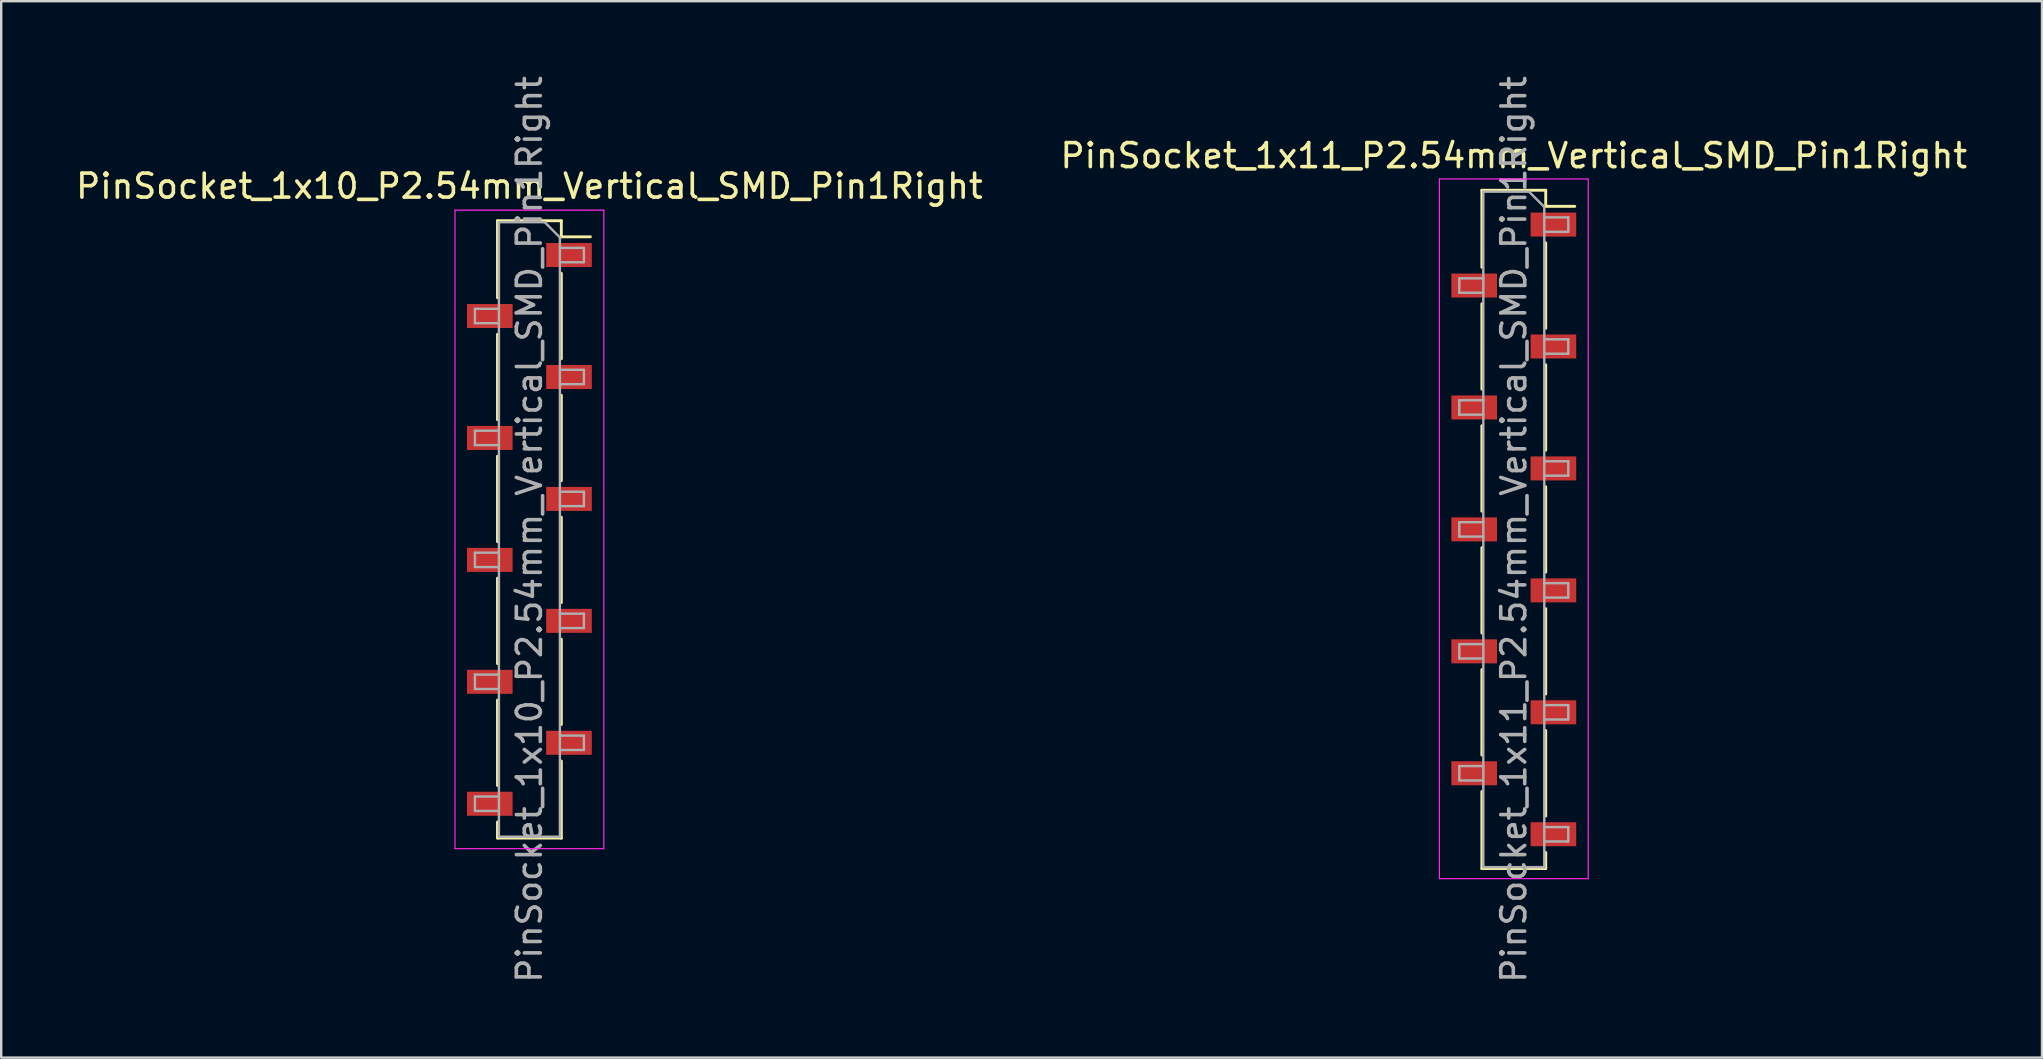
<source format=kicad_pcb>
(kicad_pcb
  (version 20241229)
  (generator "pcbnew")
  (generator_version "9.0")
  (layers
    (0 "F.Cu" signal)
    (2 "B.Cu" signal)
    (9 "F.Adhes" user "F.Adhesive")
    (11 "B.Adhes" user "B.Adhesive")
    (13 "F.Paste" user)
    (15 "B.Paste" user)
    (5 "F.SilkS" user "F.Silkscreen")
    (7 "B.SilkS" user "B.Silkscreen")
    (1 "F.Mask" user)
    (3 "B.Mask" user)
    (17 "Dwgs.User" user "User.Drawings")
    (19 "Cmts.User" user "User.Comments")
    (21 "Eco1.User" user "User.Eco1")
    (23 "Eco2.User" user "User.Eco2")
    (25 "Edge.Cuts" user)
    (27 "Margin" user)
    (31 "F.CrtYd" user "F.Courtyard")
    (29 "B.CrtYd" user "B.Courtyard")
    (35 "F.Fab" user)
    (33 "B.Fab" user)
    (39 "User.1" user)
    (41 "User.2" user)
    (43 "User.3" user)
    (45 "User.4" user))
  (footprint "PinSocket_1x11_P2.54mm_Vertical_SMD_Pin1Right"
    (layer "F.Cu")
    (at 60.018 19.006)
    (property "Reference" "PinSocket_1x11_P2.54mm_Vertical_SMD_Pin1Right" (at 0 -15.57 0) (layer "F.SilkS") (effects (font (size 1 1) (thickness 0.15))))
    (attr smd)
    (fp_line (start -1.33 -14.13) (end -1.33 -10.92) (stroke (width 0.12) (type solid)) (layer "F.SilkS"))
    (fp_line (start -1.33 -14.13) (end 1.33 -14.13) (stroke (width 0.12) (type solid)) (layer "F.SilkS"))
    (fp_line (start -1.33 -9.4) (end -1.33 -5.84) (stroke (width 0.12) (type solid)) (layer "F.SilkS"))
    (fp_line (start -1.33 -4.32) (end -1.33 -0.76) (stroke (width 0.12) (type solid)) (layer "F.SilkS"))
    (fp_line (start -1.33 0.76) (end -1.33 4.32) (stroke (width 0.12) (type solid)) (layer "F.SilkS"))
    (fp_line (start -1.33 5.84) (end -1.33 9.4) (stroke (width 0.12) (type solid)) (layer "F.SilkS"))
    (fp_line (start -1.33 10.92) (end -1.33 14.13) (stroke (width 0.12) (type solid)) (layer "F.SilkS"))
    (fp_line (start -1.33 14.13) (end 1.33 14.13) (stroke (width 0.12) (type solid)) (layer "F.SilkS"))
    (fp_line (start 1.33 -14.13) (end 1.33 -13.46) (stroke (width 0.12) (type solid)) (layer "F.SilkS"))
    (fp_line (start 1.33 -13.46) (end 2.54 -13.46) (stroke (width 0.12) (type solid)) (layer "F.SilkS"))
    (fp_line (start 1.33 -11.94) (end 1.33 -8.38) (stroke (width 0.12) (type solid)) (layer "F.SilkS"))
    (fp_line (start 1.33 -6.86) (end 1.33 -3.3) (stroke (width 0.12) (type solid)) (layer "F.SilkS"))
    (fp_line (start 1.33 -1.78) (end 1.33 1.78) (stroke (width 0.12) (type solid)) (layer "F.SilkS"))
    (fp_line (start 1.33 3.3) (end 1.33 6.86) (stroke (width 0.12) (type solid)) (layer "F.SilkS"))
    (fp_line (start 1.33 8.38) (end 1.33 11.94) (stroke (width 0.12) (type solid)) (layer "F.SilkS"))
    (fp_line (start 1.33 13.46) (end 1.33 14.13) (stroke (width 0.12) (type solid)) (layer "F.SilkS"))
    (fp_line (start -3.1 -14.6) (end 3.1 -14.6) (stroke (width 0.05) (type solid)) (layer "F.CrtYd"))
    (fp_line (start -3.1 14.55) (end -3.1 -14.6) (stroke (width 0.05) (type solid)) (layer "F.CrtYd"))
    (fp_line (start 3.1 -14.6) (end 3.1 14.55) (stroke (width 0.05) (type solid)) (layer "F.CrtYd"))
    (fp_line (start 3.1 14.55) (end -3.1 14.55) (stroke (width 0.05) (type solid)) (layer "F.CrtYd"))
    (fp_line (start -2.27 -10.46) (end -1.27 -10.46) (stroke (width 0.1) (type solid)) (layer "F.Fab"))
    (fp_line (start -2.27 -9.86) (end -2.27 -10.46) (stroke (width 0.1) (type solid)) (layer "F.Fab"))
    (fp_line (start -2.27 -5.38) (end -1.27 -5.38) (stroke (width 0.1) (type solid)) (layer "F.Fab"))
    (fp_line (start -2.27 -4.78) (end -2.27 -5.38) (stroke (width 0.1) (type solid)) (layer "F.Fab"))
    (fp_line (start -2.27 -0.3) (end -1.27 -0.3) (stroke (width 0.1) (type solid)) (layer "F.Fab"))
    (fp_line (start -2.27 0.3) (end -2.27 -0.3) (stroke (width 0.1) (type solid)) (layer "F.Fab"))
    (fp_line (start -2.27 4.78) (end -1.27 4.78) (stroke (width 0.1) (type solid)) (layer "F.Fab"))
    (fp_line (start -2.27 5.38) (end -2.27 4.78) (stroke (width 0.1) (type solid)) (layer "F.Fab"))
    (fp_line (start -2.27 9.86) (end -1.27 9.86) (stroke (width 0.1) (type solid)) (layer "F.Fab"))
    (fp_line (start -2.27 10.46) (end -2.27 9.86) (stroke (width 0.1) (type solid)) (layer "F.Fab"))
    (fp_line (start -1.27 -14.07) (end 0.635 -14.07) (stroke (width 0.1) (type solid)) (layer "F.Fab"))
    (fp_line (start -1.27 -9.86) (end -2.27 -9.86) (stroke (width 0.1) (type solid)) (layer "F.Fab"))
    (fp_line (start -1.27 -4.78) (end -2.27 -4.78) (stroke (width 0.1) (type solid)) (layer "F.Fab"))
    (fp_line (start -1.27 0.3) (end -2.27 0.3) (stroke (width 0.1) (type solid)) (layer "F.Fab"))
    (fp_line (start -1.27 5.38) (end -2.27 5.38) (stroke (width 0.1) (type solid)) (layer "F.Fab"))
    (fp_line (start -1.27 10.46) (end -2.27 10.46) (stroke (width 0.1) (type solid)) (layer "F.Fab"))
    (fp_line (start -1.27 14.07) (end -1.27 -14.07) (stroke (width 0.1) (type solid)) (layer "F.Fab"))
    (fp_line (start 0.635 -14.07) (end 1.27 -13.435) (stroke (width 0.1) (type solid)) (layer "F.Fab"))
    (fp_line (start 1.27 -13.435) (end 1.27 14.07) (stroke (width 0.1) (type solid)) (layer "F.Fab"))
    (fp_line (start 1.27 -13) (end 2.27 -13) (stroke (width 0.1) (type solid)) (layer "F.Fab"))
    (fp_line (start 1.27 -7.92) (end 2.27 -7.92) (stroke (width 0.1) (type solid)) (layer "F.Fab"))
    (fp_line (start 1.27 -2.84) (end 2.27 -2.84) (stroke (width 0.1) (type solid)) (layer "F.Fab"))
    (fp_line (start 1.27 2.24) (end 2.27 2.24) (stroke (width 0.1) (type solid)) (layer "F.Fab"))
    (fp_line (start 1.27 7.32) (end 2.27 7.32) (stroke (width 0.1) (type solid)) (layer "F.Fab"))
    (fp_line (start 1.27 12.4) (end 2.27 12.4) (stroke (width 0.1) (type solid)) (layer "F.Fab"))
    (fp_line (start 1.27 14.07) (end -1.27 14.07) (stroke (width 0.1) (type solid)) (layer "F.Fab"))
    (fp_line (start 2.27 -13) (end 2.27 -12.4) (stroke (width 0.1) (type solid)) (layer "F.Fab"))
    (fp_line (start 2.27 -12.4) (end 1.27 -12.4) (stroke (width 0.1) (type solid)) (layer "F.Fab"))
    (fp_line (start 2.27 -7.92) (end 2.27 -7.32) (stroke (width 0.1) (type solid)) (layer "F.Fab"))
    (fp_line (start 2.27 -7.32) (end 1.27 -7.32) (stroke (width 0.1) (type solid)) (layer "F.Fab"))
    (fp_line (start 2.27 -2.84) (end 2.27 -2.24) (stroke (width 0.1) (type solid)) (layer "F.Fab"))
    (fp_line (start 2.27 -2.24) (end 1.27 -2.24) (stroke (width 0.1) (type solid)) (layer "F.Fab"))
    (fp_line (start 2.27 2.24) (end 2.27 2.84) (stroke (width 0.1) (type solid)) (layer "F.Fab"))
    (fp_line (start 2.27 2.84) (end 1.27 2.84) (stroke (width 0.1) (type solid)) (layer "F.Fab"))
    (fp_line (start 2.27 7.32) (end 2.27 7.92) (stroke (width 0.1) (type solid)) (layer "F.Fab"))
    (fp_line (start 2.27 7.92) (end 1.27 7.92) (stroke (width 0.1) (type solid)) (layer "F.Fab"))
    (fp_line (start 2.27 12.4) (end 2.27 13) (stroke (width 0.1) (type solid)) (layer "F.Fab"))
    (fp_line (start 2.27 13) (end 1.27 13) (stroke (width 0.1) (type solid)) (layer "F.Fab"))
    (fp_text user "${REFERENCE}" (at 0 0 90) (layer "F.Fab") (effects (font (size 1 1) (thickness 0.15))))
    (pad "1" smd rect (at 1.65 -12.7) (size 1.9 1) (layers "F.Cu" "F.Mask" "F.Paste"))
    (pad "2" smd rect (at -1.65 -10.16) (size 1.9 1) (layers "F.Cu" "F.Mask" "F.Paste"))
    (pad "3" smd rect (at 1.65 -7.62) (size 1.9 1) (layers "F.Cu" "F.Mask" "F.Paste"))
    (pad "4" smd rect (at -1.65 -5.08) (size 1.9 1) (layers "F.Cu" "F.Mask" "F.Paste"))
    (pad "5" smd rect (at 1.65 -2.54) (size 1.9 1) (layers "F.Cu" "F.Mask" "F.Paste"))
    (pad "6" smd rect (at -1.65 0) (size 1.9 1) (layers "F.Cu" "F.Mask" "F.Paste"))
    (pad "7" smd rect (at 1.65 2.54) (size 1.9 1) (layers "F.Cu" "F.Mask" "F.Paste"))
    (pad "8" smd rect (at -1.65 5.08) (size 1.9 1) (layers "F.Cu" "F.Mask" "F.Paste"))
    (pad "9" smd rect (at 1.65 7.62) (size 1.9 1) (layers "F.Cu" "F.Mask" "F.Paste"))
    (pad "10" smd rect (at -1.65 10.16) (size 1.9 1) (layers "F.Cu" "F.Mask" "F.Paste"))
    (pad "11" smd rect (at 1.65 12.7) (size 1.9 1) (layers "F.Cu" "F.Mask" "F.Paste")))
  (footprint "PinSocket_1x10_P2.54mm_Vertical_SMD_Pin1Right"
    (layer "F.Cu")
    (at 19.006 19.006)
    (property "Reference" "PinSocket_1x10_P2.54mm_Vertical_SMD_Pin1Right" (at 0 -14.3 0) (layer "F.SilkS") (effects (font (size 1 1) (thickness 0.15))))
    (attr smd)
    (fp_line (start -1.33 -12.86) (end -1.33 -9.65) (stroke (width 0.12) (type solid)) (layer "F.SilkS"))
    (fp_line (start -1.33 -12.86) (end 1.33 -12.86) (stroke (width 0.12) (type solid)) (layer "F.SilkS"))
    (fp_line (start -1.33 -8.13) (end -1.33 -4.57) (stroke (width 0.12) (type solid)) (layer "F.SilkS"))
    (fp_line (start -1.33 -3.05) (end -1.33 0.51) (stroke (width 0.12) (type solid)) (layer "F.SilkS"))
    (fp_line (start -1.33 2.03) (end -1.33 5.59) (stroke (width 0.12) (type solid)) (layer "F.SilkS"))
    (fp_line (start -1.33 7.11) (end -1.33 10.67) (stroke (width 0.12) (type solid)) (layer "F.SilkS"))
    (fp_line (start -1.33 12.19) (end -1.33 12.86) (stroke (width 0.12) (type solid)) (layer "F.SilkS"))
    (fp_line (start -1.33 12.86) (end 1.33 12.86) (stroke (width 0.12) (type solid)) (layer "F.SilkS"))
    (fp_line (start 1.33 -12.86) (end 1.33 -12.19) (stroke (width 0.12) (type solid)) (layer "F.SilkS"))
    (fp_line (start 1.33 -12.19) (end 2.54 -12.19) (stroke (width 0.12) (type solid)) (layer "F.SilkS"))
    (fp_line (start 1.33 -10.67) (end 1.33 -7.11) (stroke (width 0.12) (type solid)) (layer "F.SilkS"))
    (fp_line (start 1.33 -5.59) (end 1.33 -2.03) (stroke (width 0.12) (type solid)) (layer "F.SilkS"))
    (fp_line (start 1.33 -0.51) (end 1.33 3.05) (stroke (width 0.12) (type solid)) (layer "F.SilkS"))
    (fp_line (start 1.33 4.57) (end 1.33 8.13) (stroke (width 0.12) (type solid)) (layer "F.SilkS"))
    (fp_line (start 1.33 9.65) (end 1.33 12.86) (stroke (width 0.12) (type solid)) (layer "F.SilkS"))
    (fp_line (start -3.1 -13.3) (end 3.1 -13.3) (stroke (width 0.05) (type solid)) (layer "F.CrtYd"))
    (fp_line (start -3.1 13.3) (end -3.1 -13.3) (stroke (width 0.05) (type solid)) (layer "F.CrtYd"))
    (fp_line (start 3.1 -13.3) (end 3.1 13.3) (stroke (width 0.05) (type solid)) (layer "F.CrtYd"))
    (fp_line (start 3.1 13.3) (end -3.1 13.3) (stroke (width 0.05) (type solid)) (layer "F.CrtYd"))
    (fp_line (start -2.27 -9.19) (end -1.27 -9.19) (stroke (width 0.1) (type solid)) (layer "F.Fab"))
    (fp_line (start -2.27 -8.59) (end -2.27 -9.19) (stroke (width 0.1) (type solid)) (layer "F.Fab"))
    (fp_line (start -2.27 -4.11) (end -1.27 -4.11) (stroke (width 0.1) (type solid)) (layer "F.Fab"))
    (fp_line (start -2.27 -3.51) (end -2.27 -4.11) (stroke (width 0.1) (type solid)) (layer "F.Fab"))
    (fp_line (start -2.27 0.97) (end -1.27 0.97) (stroke (width 0.1) (type solid)) (layer "F.Fab"))
    (fp_line (start -2.27 1.57) (end -2.27 0.97) (stroke (width 0.1) (type solid)) (layer "F.Fab"))
    (fp_line (start -2.27 6.05) (end -1.27 6.05) (stroke (width 0.1) (type solid)) (layer "F.Fab"))
    (fp_line (start -2.27 6.65) (end -2.27 6.05) (stroke (width 0.1) (type solid)) (layer "F.Fab"))
    (fp_line (start -2.27 11.13) (end -1.27 11.13) (stroke (width 0.1) (type solid)) (layer "F.Fab"))
    (fp_line (start -2.27 11.73) (end -2.27 11.13) (stroke (width 0.1) (type solid)) (layer "F.Fab"))
    (fp_line (start -1.27 -12.8) (end 0.635 -12.8) (stroke (width 0.1) (type solid)) (layer "F.Fab"))
    (fp_line (start -1.27 -8.59) (end -2.27 -8.59) (stroke (width 0.1) (type solid)) (layer "F.Fab"))
    (fp_line (start -1.27 -3.51) (end -2.27 -3.51) (stroke (width 0.1) (type solid)) (layer "F.Fab"))
    (fp_line (start -1.27 1.57) (end -2.27 1.57) (stroke (width 0.1) (type solid)) (layer "F.Fab"))
    (fp_line (start -1.27 6.65) (end -2.27 6.65) (stroke (width 0.1) (type solid)) (layer "F.Fab"))
    (fp_line (start -1.27 11.73) (end -2.27 11.73) (stroke (width 0.1) (type solid)) (layer "F.Fab"))
    (fp_line (start -1.27 12.8) (end -1.27 -12.8) (stroke (width 0.1) (type solid)) (layer "F.Fab"))
    (fp_line (start 0.635 -12.8) (end 1.27 -12.165) (stroke (width 0.1) (type solid)) (layer "F.Fab"))
    (fp_line (start 1.27 -12.165) (end 1.27 12.8) (stroke (width 0.1) (type solid)) (layer "F.Fab"))
    (fp_line (start 1.27 -11.73) (end 2.27 -11.73) (stroke (width 0.1) (type solid)) (layer "F.Fab"))
    (fp_line (start 1.27 -6.65) (end 2.27 -6.65) (stroke (width 0.1) (type solid)) (layer "F.Fab"))
    (fp_line (start 1.27 -1.57) (end 2.27 -1.57) (stroke (width 0.1) (type solid)) (layer "F.Fab"))
    (fp_line (start 1.27 3.51) (end 2.27 3.51) (stroke (width 0.1) (type solid)) (layer "F.Fab"))
    (fp_line (start 1.27 8.59) (end 2.27 8.59) (stroke (width 0.1) (type solid)) (layer "F.Fab"))
    (fp_line (start 1.27 12.8) (end -1.27 12.8) (stroke (width 0.1) (type solid)) (layer "F.Fab"))
    (fp_line (start 2.27 -11.73) (end 2.27 -11.13) (stroke (width 0.1) (type solid)) (layer "F.Fab"))
    (fp_line (start 2.27 -11.13) (end 1.27 -11.13) (stroke (width 0.1) (type solid)) (layer "F.Fab"))
    (fp_line (start 2.27 -6.65) (end 2.27 -6.05) (stroke (width 0.1) (type solid)) (layer "F.Fab"))
    (fp_line (start 2.27 -6.05) (end 1.27 -6.05) (stroke (width 0.1) (type solid)) (layer "F.Fab"))
    (fp_line (start 2.27 -1.57) (end 2.27 -0.97) (stroke (width 0.1) (type solid)) (layer "F.Fab"))
    (fp_line (start 2.27 -0.97) (end 1.27 -0.97) (stroke (width 0.1) (type solid)) (layer "F.Fab"))
    (fp_line (start 2.27 3.51) (end 2.27 4.11) (stroke (width 0.1) (type solid)) (layer "F.Fab"))
    (fp_line (start 2.27 4.11) (end 1.27 4.11) (stroke (width 0.1) (type solid)) (layer "F.Fab"))
    (fp_line (start 2.27 8.59) (end 2.27 9.19) (stroke (width 0.1) (type solid)) (layer "F.Fab"))
    (fp_line (start 2.27 9.19) (end 1.27 9.19) (stroke (width 0.1) (type solid)) (layer "F.Fab"))
    (fp_text user "${REFERENCE}" (at 0 0 90) (layer "F.Fab") (effects (font (size 1 1) (thickness 0.15))))
    (pad "1" smd rect (at 1.65 -11.43) (size 1.9 1) (layers "F.Cu" "F.Mask" "F.Paste"))
    (pad "2" smd rect (at -1.65 -8.89) (size 1.9 1) (layers "F.Cu" "F.Mask" "F.Paste"))
    (pad "3" smd rect (at 1.65 -6.35) (size 1.9 1) (layers "F.Cu" "F.Mask" "F.Paste"))
    (pad "4" smd rect (at -1.65 -3.81) (size 1.9 1) (layers "F.Cu" "F.Mask" "F.Paste"))
    (pad "5" smd rect (at 1.65 -1.27) (size 1.9 1) (layers "F.Cu" "F.Mask" "F.Paste"))
    (pad "6" smd rect (at -1.65 1.27) (size 1.9 1) (layers "F.Cu" "F.Mask" "F.Paste"))
    (pad "7" smd rect (at 1.65 3.81) (size 1.9 1) (layers "F.Cu" "F.Mask" "F.Paste"))
    (pad "8" smd rect (at -1.65 6.35) (size 1.9 1) (layers "F.Cu" "F.Mask" "F.Paste"))
    (pad "9" smd rect (at 1.65 8.89) (size 1.9 1) (layers "F.Cu" "F.Mask" "F.Paste"))
    (pad "10" smd rect (at -1.65 11.43) (size 1.9 1) (layers "F.Cu" "F.Mask" "F.Paste")))
  (gr_rect
    (start -3 -3)
    (end 82.024 41.012)
    (stroke (width 0.1) (type default))
    (fill no)
    (layer "Edge.Cuts")))
</source>
